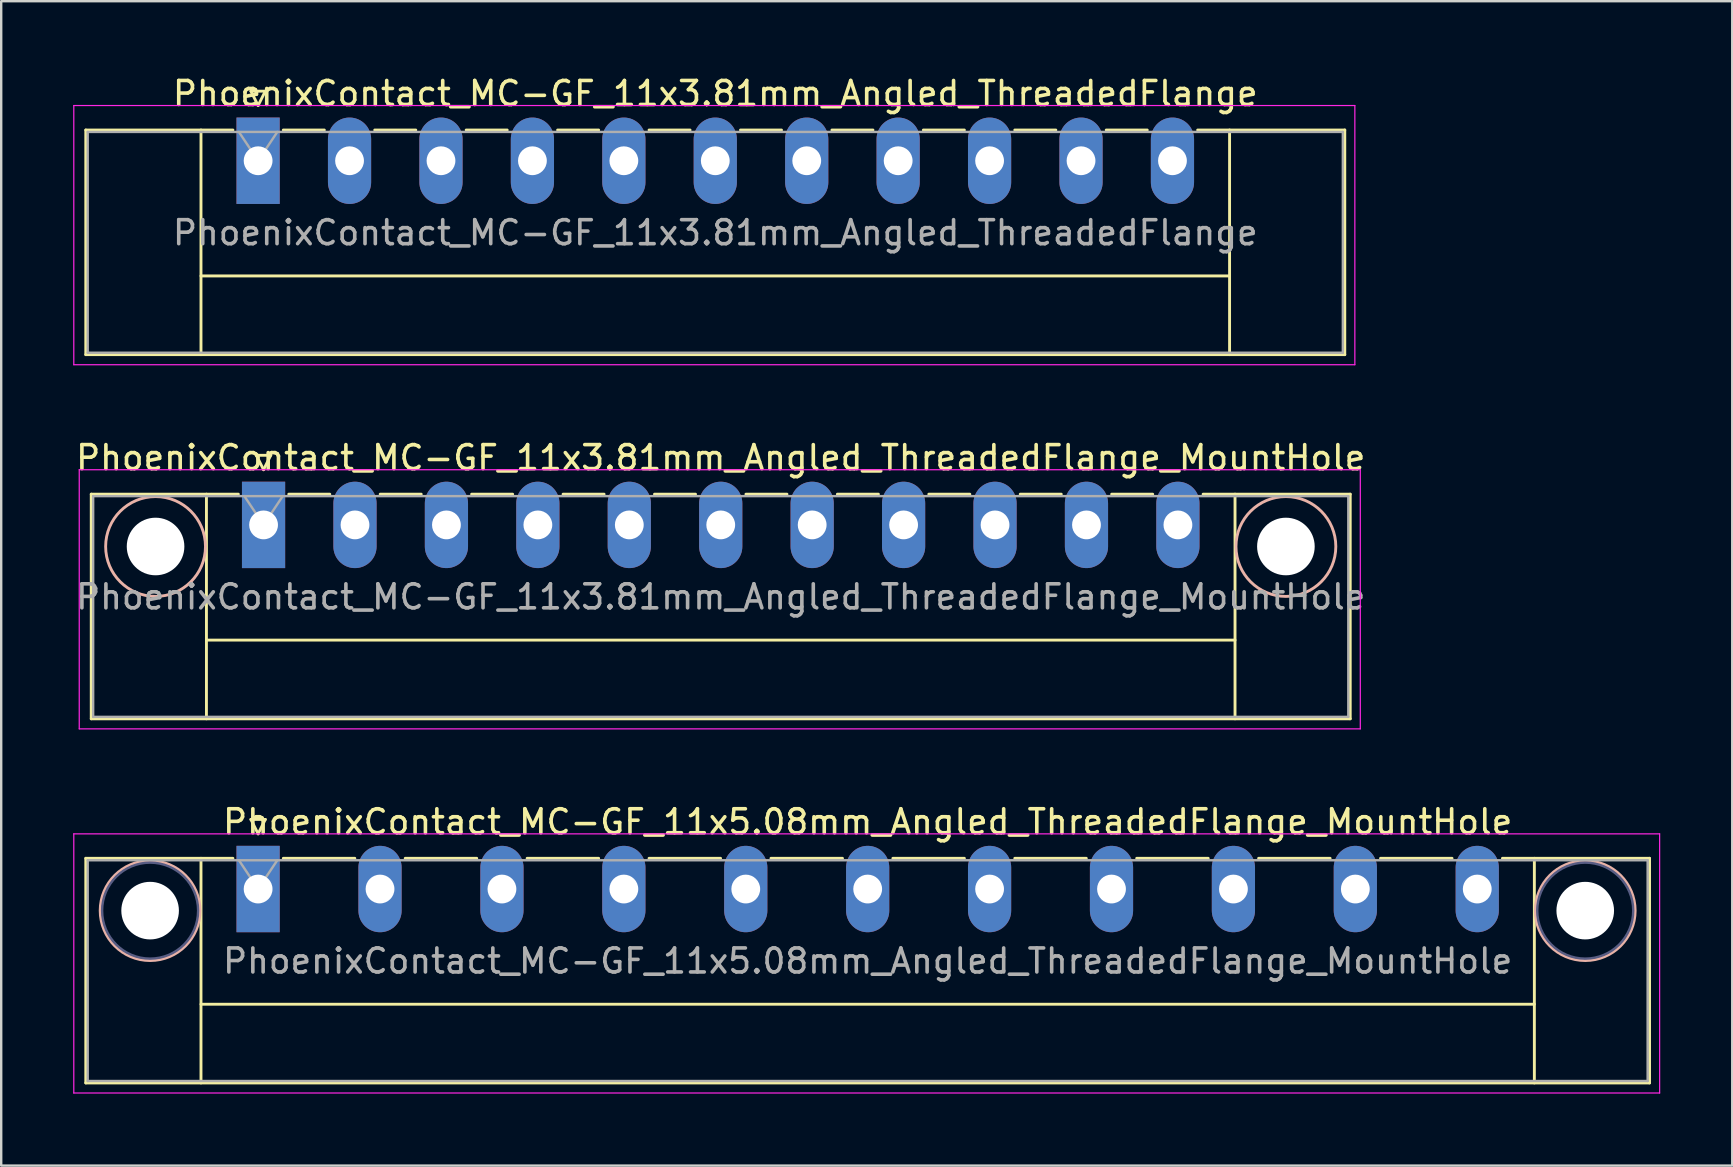
<source format=kicad_pcb>
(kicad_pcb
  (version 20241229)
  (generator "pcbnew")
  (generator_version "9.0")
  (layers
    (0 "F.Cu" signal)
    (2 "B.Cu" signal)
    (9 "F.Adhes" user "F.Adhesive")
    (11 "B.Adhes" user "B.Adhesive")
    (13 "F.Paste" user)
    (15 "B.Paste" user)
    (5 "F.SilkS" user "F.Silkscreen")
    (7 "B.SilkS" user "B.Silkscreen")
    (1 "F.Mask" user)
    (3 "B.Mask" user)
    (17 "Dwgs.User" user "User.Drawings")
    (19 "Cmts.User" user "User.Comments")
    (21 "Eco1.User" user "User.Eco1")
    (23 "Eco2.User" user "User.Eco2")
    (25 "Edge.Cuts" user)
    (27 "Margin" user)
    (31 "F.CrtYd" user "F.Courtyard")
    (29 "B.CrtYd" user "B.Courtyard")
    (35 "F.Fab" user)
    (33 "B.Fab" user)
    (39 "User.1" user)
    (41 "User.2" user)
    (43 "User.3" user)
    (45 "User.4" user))
  (footprint "PhoenixContact_MC-GF_11x3.81mm_Angled_ThreadedFlange"
    (layer "F.Cu")
    (at 7.705 3.648)
    (property "Reference" "PhoenixContact_MC-GF_11x3.81mm_Angled_ThreadedFlange" (at 19.05 -2.8 0) (layer "F.SilkS") (effects (font (size 1 1) (thickness 0.15))))
    (attr through_hole)
    (fp_line (start -7.18 -1.28) (end -7.18 8.08) (stroke (width 0.12) (type solid)) (layer "F.SilkS"))
    (fp_line (start -7.18 -1.28) (end -1.05 -1.28) (stroke (width 0.12) (type solid)) (layer "F.SilkS"))
    (fp_line (start -7.18 8.08) (end 45.28 8.08) (stroke (width 0.12) (type solid)) (layer "F.SilkS"))
    (fp_line (start -2.38 -1.28) (end -2.38 8.08) (stroke (width 0.12) (type solid)) (layer "F.SilkS"))
    (fp_line (start -2.38 4.8) (end 40.48 4.8) (stroke (width 0.12) (type solid)) (layer "F.SilkS"))
    (fp_line (start -0.3 -2.9) (end 0.3 -2.9) (stroke (width 0.12) (type solid)) (layer "F.SilkS"))
    (fp_line (start 0 -2.3) (end -0.3 -2.9) (stroke (width 0.12) (type solid)) (layer "F.SilkS"))
    (fp_line (start 0.3 -2.9) (end 0 -2.3) (stroke (width 0.12) (type solid)) (layer "F.SilkS"))
    (fp_line (start 1.05 -1.28) (end 2.76 -1.28) (stroke (width 0.12) (type solid)) (layer "F.SilkS"))
    (fp_line (start 4.86 -1.28) (end 6.57 -1.28) (stroke (width 0.12) (type solid)) (layer "F.SilkS"))
    (fp_line (start 8.67 -1.28) (end 10.38 -1.28) (stroke (width 0.12) (type solid)) (layer "F.SilkS"))
    (fp_line (start 12.48 -1.28) (end 14.19 -1.28) (stroke (width 0.12) (type solid)) (layer "F.SilkS"))
    (fp_line (start 16.29 -1.28) (end 18 -1.28) (stroke (width 0.12) (type solid)) (layer "F.SilkS"))
    (fp_line (start 20.1 -1.28) (end 21.81 -1.28) (stroke (width 0.12) (type solid)) (layer "F.SilkS"))
    (fp_line (start 23.91 -1.28) (end 25.62 -1.28) (stroke (width 0.12) (type solid)) (layer "F.SilkS"))
    (fp_line (start 27.72 -1.28) (end 29.43 -1.28) (stroke (width 0.12) (type solid)) (layer "F.SilkS"))
    (fp_line (start 31.53 -1.28) (end 33.24 -1.28) (stroke (width 0.12) (type solid)) (layer "F.SilkS"))
    (fp_line (start 35.34 -1.28) (end 37.05 -1.28) (stroke (width 0.12) (type solid)) (layer "F.SilkS"))
    (fp_line (start 40.48 -1.28) (end 40.48 8.08) (stroke (width 0.12) (type solid)) (layer "F.SilkS"))
    (fp_line (start 45.28 -1.28) (end 39.15 -1.28) (stroke (width 0.12) (type solid)) (layer "F.SilkS"))
    (fp_line (start 45.28 8.08) (end 45.28 -1.28) (stroke (width 0.12) (type solid)) (layer "F.SilkS"))
    (fp_line (start -7.68 -2.3) (end -7.68 8.5) (stroke (width 0.05) (type solid)) (layer "F.CrtYd"))
    (fp_line (start -7.68 8.5) (end 45.7 8.5) (stroke (width 0.05) (type solid)) (layer "F.CrtYd"))
    (fp_line (start 45.7 -2.3) (end -7.68 -2.3) (stroke (width 0.05) (type solid)) (layer "F.CrtYd"))
    (fp_line (start 45.7 8.5) (end 45.7 -2.3) (stroke (width 0.05) (type solid)) (layer "F.CrtYd"))
    (fp_line (start -7.1 -1.2) (end -7.1 8) (stroke (width 0.1) (type solid)) (layer "F.Fab"))
    (fp_line (start -7.1 8) (end 45.2 8) (stroke (width 0.1) (type solid)) (layer "F.Fab"))
    (fp_line (start 0 0) (end -0.8 -1.2) (stroke (width 0.1) (type solid)) (layer "F.Fab"))
    (fp_line (start 0.8 -1.2) (end 0 0) (stroke (width 0.1) (type solid)) (layer "F.Fab"))
    (fp_line (start 45.2 -1.2) (end -7.1 -1.2) (stroke (width 0.1) (type solid)) (layer "F.Fab"))
    (fp_line (start 45.2 8) (end 45.2 -1.2) (stroke (width 0.1) (type solid)) (layer "F.Fab"))
    (fp_text user "${REFERENCE}" (at 19.05 3 0) (layer "F.Fab") (effects (font (size 1 1) (thickness 0.15))))
    (pad "1" thru_hole rect (at 0 0) (size 1.8 3.6) (drill 1.2) (layers "*.Cu" "*.Mask"))
    (pad "2" thru_hole oval (at 3.81 0) (size 1.8 3.6) (drill 1.2) (layers "*.Cu" "*.Mask"))
    (pad "3" thru_hole oval (at 7.62 0) (size 1.8 3.6) (drill 1.2) (layers "*.Cu" "*.Mask"))
    (pad "4" thru_hole oval (at 11.43 0) (size 1.8 3.6) (drill 1.2) (layers "*.Cu" "*.Mask"))
    (pad "5" thru_hole oval (at 15.24 0) (size 1.8 3.6) (drill 1.2) (layers "*.Cu" "*.Mask"))
    (pad "6" thru_hole oval (at 19.05 0) (size 1.8 3.6) (drill 1.2) (layers "*.Cu" "*.Mask"))
    (pad "7" thru_hole oval (at 22.86 0) (size 1.8 3.6) (drill 1.2) (layers "*.Cu" "*.Mask"))
    (pad "8" thru_hole oval (at 26.67 0) (size 1.8 3.6) (drill 1.2) (layers "*.Cu" "*.Mask"))
    (pad "9" thru_hole oval (at 30.48 0) (size 1.8 3.6) (drill 1.2) (layers "*.Cu" "*.Mask"))
    (pad "10" thru_hole oval (at 34.29 0) (size 1.8 3.6) (drill 1.2) (layers "*.Cu" "*.Mask"))
    (pad "11" thru_hole oval (at 38.1 0) (size 1.8 3.6) (drill 1.2) (layers "*.Cu" "*.Mask")))
  (footprint "PhoenixContact_MC-GF_11x3.81mm_Angled_ThreadedFlange_MountHole"
    (layer "F.Cu")
    (at 7.932 18.822)
    (property "Reference" "PhoenixContact_MC-GF_11x3.81mm_Angled_ThreadedFlange_MountHole" (at 19.05 -2.8 0) (layer "F.SilkS") (effects (font (size 1 1) (thickness 0.15))))
    (attr through_hole)
    (fp_line (start -7.18 -1.28) (end -7.18 8.08) (stroke (width 0.12) (type solid)) (layer "F.SilkS"))
    (fp_line (start -7.18 -1.28) (end -1.05 -1.28) (stroke (width 0.12) (type solid)) (layer "F.SilkS"))
    (fp_line (start -7.18 8.08) (end 45.28 8.08) (stroke (width 0.12) (type solid)) (layer "F.SilkS"))
    (fp_line (start -2.38 -1.28) (end -2.38 8.08) (stroke (width 0.12) (type solid)) (layer "F.SilkS"))
    (fp_line (start -2.38 4.8) (end 40.48 4.8) (stroke (width 0.12) (type solid)) (layer "F.SilkS"))
    (fp_line (start -0.3 -2.9) (end 0.3 -2.9) (stroke (width 0.12) (type solid)) (layer "F.SilkS"))
    (fp_line (start 0 -2.3) (end -0.3 -2.9) (stroke (width 0.12) (type solid)) (layer "F.SilkS"))
    (fp_line (start 0.3 -2.9) (end 0 -2.3) (stroke (width 0.12) (type solid)) (layer "F.SilkS"))
    (fp_line (start 1.05 -1.28) (end 2.76 -1.28) (stroke (width 0.12) (type solid)) (layer "F.SilkS"))
    (fp_line (start 4.86 -1.28) (end 6.57 -1.28) (stroke (width 0.12) (type solid)) (layer "F.SilkS"))
    (fp_line (start 8.67 -1.28) (end 10.38 -1.28) (stroke (width 0.12) (type solid)) (layer "F.SilkS"))
    (fp_line (start 12.48 -1.28) (end 14.19 -1.28) (stroke (width 0.12) (type solid)) (layer "F.SilkS"))
    (fp_line (start 16.29 -1.28) (end 18 -1.28) (stroke (width 0.12) (type solid)) (layer "F.SilkS"))
    (fp_line (start 20.1 -1.28) (end 21.81 -1.28) (stroke (width 0.12) (type solid)) (layer "F.SilkS"))
    (fp_line (start 23.91 -1.28) (end 25.62 -1.28) (stroke (width 0.12) (type solid)) (layer "F.SilkS"))
    (fp_line (start 27.72 -1.28) (end 29.43 -1.28) (stroke (width 0.12) (type solid)) (layer "F.SilkS"))
    (fp_line (start 31.53 -1.28) (end 33.24 -1.28) (stroke (width 0.12) (type solid)) (layer "F.SilkS"))
    (fp_line (start 35.34 -1.28) (end 37.05 -1.28) (stroke (width 0.12) (type solid)) (layer "F.SilkS"))
    (fp_line (start 40.48 -1.28) (end 40.48 8.08) (stroke (width 0.12) (type solid)) (layer "F.SilkS"))
    (fp_line (start 45.28 -1.28) (end 39.15 -1.28) (stroke (width 0.12) (type solid)) (layer "F.SilkS"))
    (fp_line (start 45.28 8.08) (end 45.28 -1.28) (stroke (width 0.12) (type solid)) (layer "F.SilkS"))
    (fp_circle (center -4.5 0.9) (end -2.42 0.9) (stroke (width 0.12) (type solid)) (fill no) (layer "B.SilkS"))
    (fp_circle (center 42.6 0.9) (end 44.68 0.9) (stroke (width 0.12) (type solid)) (fill no) (layer "B.SilkS"))
    (fp_line (start -7.68 -2.3) (end -7.68 8.5) (stroke (width 0.05) (type solid)) (layer "F.CrtYd"))
    (fp_line (start -7.68 8.5) (end 45.7 8.5) (stroke (width 0.05) (type solid)) (layer "F.CrtYd"))
    (fp_line (start 45.7 -2.3) (end -7.68 -2.3) (stroke (width 0.05) (type solid)) (layer "F.CrtYd"))
    (fp_line (start 45.7 8.5) (end 45.7 -2.3) (stroke (width 0.05) (type solid)) (layer "F.CrtYd"))
    (fp_line (start -7.1 -1.2) (end -7.1 8) (stroke (width 0.1) (type solid)) (layer "F.Fab"))
    (fp_line (start -7.1 8) (end 45.2 8) (stroke (width 0.1) (type solid)) (layer "F.Fab"))
    (fp_line (start 0 0) (end -0.8 -1.2) (stroke (width 0.1) (type solid)) (layer "F.Fab"))
    (fp_line (start 0.8 -1.2) (end 0 0) (stroke (width 0.1) (type solid)) (layer "F.Fab"))
    (fp_line (start 45.2 -1.2) (end -7.1 -1.2) (stroke (width 0.1) (type solid)) (layer "F.Fab"))
    (fp_line (start 45.2 8) (end 45.2 -1.2) (stroke (width 0.1) (type solid)) (layer "F.Fab"))
    (fp_text user "${REFERENCE}" (at 19.05 3 0) (layer "F.Fab") (effects (font (size 1 1) (thickness 0.15))))
    (pad "" np_thru_hole circle (at -4.5 0.9) (size 2.4 2.4) (drill 2.4) (layers "*.Cu" "*.Mask"))
    (pad "" np_thru_hole circle (at 42.6 0.9) (size 2.4 2.4) (drill 2.4) (layers "*.Cu" "*.Mask"))
    (pad "1" thru_hole rect (at 0 0) (size 1.8 3.6) (drill 1.2) (layers "*.Cu" "*.Mask"))
    (pad "2" thru_hole oval (at 3.81 0) (size 1.8 3.6) (drill 1.2) (layers "*.Cu" "*.Mask"))
    (pad "3" thru_hole oval (at 7.62 0) (size 1.8 3.6) (drill 1.2) (layers "*.Cu" "*.Mask"))
    (pad "4" thru_hole oval (at 11.43 0) (size 1.8 3.6) (drill 1.2) (layers "*.Cu" "*.Mask"))
    (pad "5" thru_hole oval (at 15.24 0) (size 1.8 3.6) (drill 1.2) (layers "*.Cu" "*.Mask"))
    (pad "6" thru_hole oval (at 19.05 0) (size 1.8 3.6) (drill 1.2) (layers "*.Cu" "*.Mask"))
    (pad "7" thru_hole oval (at 22.86 0) (size 1.8 3.6) (drill 1.2) (layers "*.Cu" "*.Mask"))
    (pad "8" thru_hole oval (at 26.67 0) (size 1.8 3.6) (drill 1.2) (layers "*.Cu" "*.Mask"))
    (pad "9" thru_hole oval (at 30.48 0) (size 1.8 3.6) (drill 1.2) (layers "*.Cu" "*.Mask"))
    (pad "10" thru_hole oval (at 34.29 0) (size 1.8 3.6) (drill 1.2) (layers "*.Cu" "*.Mask"))
    (pad "11" thru_hole oval (at 38.1 0) (size 1.8 3.6) (drill 1.2) (layers "*.Cu" "*.Mask")))
  (footprint "PhoenixContact_MC-GF_11x5.08mm_Angled_ThreadedFlange_MountHole"
    (layer "F.Cu")
    (at 7.705 33.995)
    (property "Reference" "PhoenixContact_MC-GF_11x5.08mm_Angled_ThreadedFlange_MountHole" (at 25.4 -2.8 0) (layer "F.SilkS") (effects (font (size 1 1) (thickness 0.15))))
    (attr through_hole)
    (fp_line (start -7.18 -1.28) (end -7.18 8.08) (stroke (width 0.12) (type solid)) (layer "F.SilkS"))
    (fp_line (start -7.18 -1.28) (end -1.05 -1.28) (stroke (width 0.12) (type solid)) (layer "F.SilkS"))
    (fp_line (start -7.18 8.08) (end 57.98 8.08) (stroke (width 0.12) (type solid)) (layer "F.SilkS"))
    (fp_line (start -2.38 -1.28) (end -2.38 8.08) (stroke (width 0.12) (type solid)) (layer "F.SilkS"))
    (fp_line (start -2.38 4.8) (end 53.18 4.8) (stroke (width 0.12) (type solid)) (layer "F.SilkS"))
    (fp_line (start -0.3 -2.9) (end 0.3 -2.9) (stroke (width 0.12) (type solid)) (layer "F.SilkS"))
    (fp_line (start 0 -2.3) (end -0.3 -2.9) (stroke (width 0.12) (type solid)) (layer "F.SilkS"))
    (fp_line (start 0.3 -2.9) (end 0 -2.3) (stroke (width 0.12) (type solid)) (layer "F.SilkS"))
    (fp_line (start 1.05 -1.28) (end 4.03 -1.28) (stroke (width 0.12) (type solid)) (layer "F.SilkS"))
    (fp_line (start 6.13 -1.28) (end 9.11 -1.28) (stroke (width 0.12) (type solid)) (layer "F.SilkS"))
    (fp_line (start 11.21 -1.28) (end 14.19 -1.28) (stroke (width 0.12) (type solid)) (layer "F.SilkS"))
    (fp_line (start 16.29 -1.28) (end 19.27 -1.28) (stroke (width 0.12) (type solid)) (layer "F.SilkS"))
    (fp_line (start 21.37 -1.28) (end 24.35 -1.28) (stroke (width 0.12) (type solid)) (layer "F.SilkS"))
    (fp_line (start 26.45 -1.28) (end 29.43 -1.28) (stroke (width 0.12) (type solid)) (layer "F.SilkS"))
    (fp_line (start 31.53 -1.28) (end 34.51 -1.28) (stroke (width 0.12) (type solid)) (layer "F.SilkS"))
    (fp_line (start 36.61 -1.28) (end 39.59 -1.28) (stroke (width 0.12) (type solid)) (layer "F.SilkS"))
    (fp_line (start 41.69 -1.28) (end 44.67 -1.28) (stroke (width 0.12) (type solid)) (layer "F.SilkS"))
    (fp_line (start 46.77 -1.28) (end 49.75 -1.28) (stroke (width 0.12) (type solid)) (layer "F.SilkS"))
    (fp_line (start 53.18 -1.28) (end 53.18 8.08) (stroke (width 0.12) (type solid)) (layer "F.SilkS"))
    (fp_line (start 57.98 -1.28) (end 51.85 -1.28) (stroke (width 0.12) (type solid)) (layer "F.SilkS"))
    (fp_line (start 57.98 8.08) (end 57.98 -1.28) (stroke (width 0.12) (type solid)) (layer "F.SilkS"))
    (fp_circle (center -4.5 0.9) (end -2.42 0.9) (stroke (width 0.12) (type solid)) (fill no) (layer "B.SilkS"))
    (fp_circle (center 55.3 0.9) (end 57.38 0.9) (stroke (width 0.12) (type solid)) (fill no) (layer "B.SilkS"))
    (fp_line (start -7.68 -2.3) (end -7.68 8.5) (stroke (width 0.05) (type solid)) (layer "F.CrtYd"))
    (fp_line (start -7.68 8.5) (end 58.4 8.5) (stroke (width 0.05) (type solid)) (layer "F.CrtYd"))
    (fp_line (start 58.4 -2.3) (end -7.68 -2.3) (stroke (width 0.05) (type solid)) (layer "F.CrtYd"))
    (fp_line (start 58.4 8.5) (end 58.4 -2.3) (stroke (width 0.05) (type solid)) (layer "F.CrtYd"))
    (fp_circle (center -4.5 0.9) (end -2.5 0.9) (stroke (width 0.1) (type solid)) (fill no) (layer "B.Fab"))
    (fp_circle (center 55.3 0.9) (end 57.3 0.9) (stroke (width 0.1) (type solid)) (fill no) (layer "B.Fab"))
    (fp_line (start -7.1 -1.2) (end -7.1 8) (stroke (width 0.1) (type solid)) (layer "F.Fab"))
    (fp_line (start -7.1 8) (end 57.9 8) (stroke (width 0.1) (type solid)) (layer "F.Fab"))
    (fp_line (start 0 0) (end -0.8 -1.2) (stroke (width 0.1) (type solid)) (layer "F.Fab"))
    (fp_line (start 0.8 -1.2) (end 0 0) (stroke (width 0.1) (type solid)) (layer "F.Fab"))
    (fp_line (start 57.9 -1.2) (end -7.1 -1.2) (stroke (width 0.1) (type solid)) (layer "F.Fab"))
    (fp_line (start 57.9 8) (end 57.9 -1.2) (stroke (width 0.1) (type solid)) (layer "F.Fab"))
    (fp_text user "${REFERENCE}" (at 25.4 3 0) (layer "F.Fab") (effects (font (size 1 1) (thickness 0.15))))
    (pad "" np_thru_hole circle (at -4.5 0.9) (size 2.4 2.4) (drill 2.4) (layers "*.Cu" "*.Mask"))
    (pad "" np_thru_hole circle (at 55.3 0.9) (size 2.4 2.4) (drill 2.4) (layers "*.Cu" "*.Mask"))
    (pad "1" thru_hole rect (at 0 0) (size 1.8 3.6) (drill 1.2) (layers "*.Cu" "*.Mask"))
    (pad "2" thru_hole oval (at 5.08 0) (size 1.8 3.6) (drill 1.2) (layers "*.Cu" "*.Mask"))
    (pad "3" thru_hole oval (at 10.16 0) (size 1.8 3.6) (drill 1.2) (layers "*.Cu" "*.Mask"))
    (pad "4" thru_hole oval (at 15.24 0) (size 1.8 3.6) (drill 1.2) (layers "*.Cu" "*.Mask"))
    (pad "5" thru_hole oval (at 20.32 0) (size 1.8 3.6) (drill 1.2) (layers "*.Cu" "*.Mask"))
    (pad "6" thru_hole oval (at 25.4 0) (size 1.8 3.6) (drill 1.2) (layers "*.Cu" "*.Mask"))
    (pad "7" thru_hole oval (at 30.48 0) (size 1.8 3.6) (drill 1.2) (layers "*.Cu" "*.Mask"))
    (pad "8" thru_hole oval (at 35.56 0) (size 1.8 3.6) (drill 1.2) (layers "*.Cu" "*.Mask"))
    (pad "9" thru_hole oval (at 40.64 0) (size 1.8 3.6) (drill 1.2) (layers "*.Cu" "*.Mask"))
    (pad "10" thru_hole oval (at 45.72 0) (size 1.8 3.6) (drill 1.2) (layers "*.Cu" "*.Mask"))
    (pad "11" thru_hole oval (at 50.8 0) (size 1.8 3.6) (drill 1.2) (layers "*.Cu" "*.Mask")))
  (gr_rect
    (start -3 -3)
    (end 69.13 45.52)
    (stroke (width 0.1) (type default))
    (fill no)
    (layer "Edge.Cuts")))
</source>
